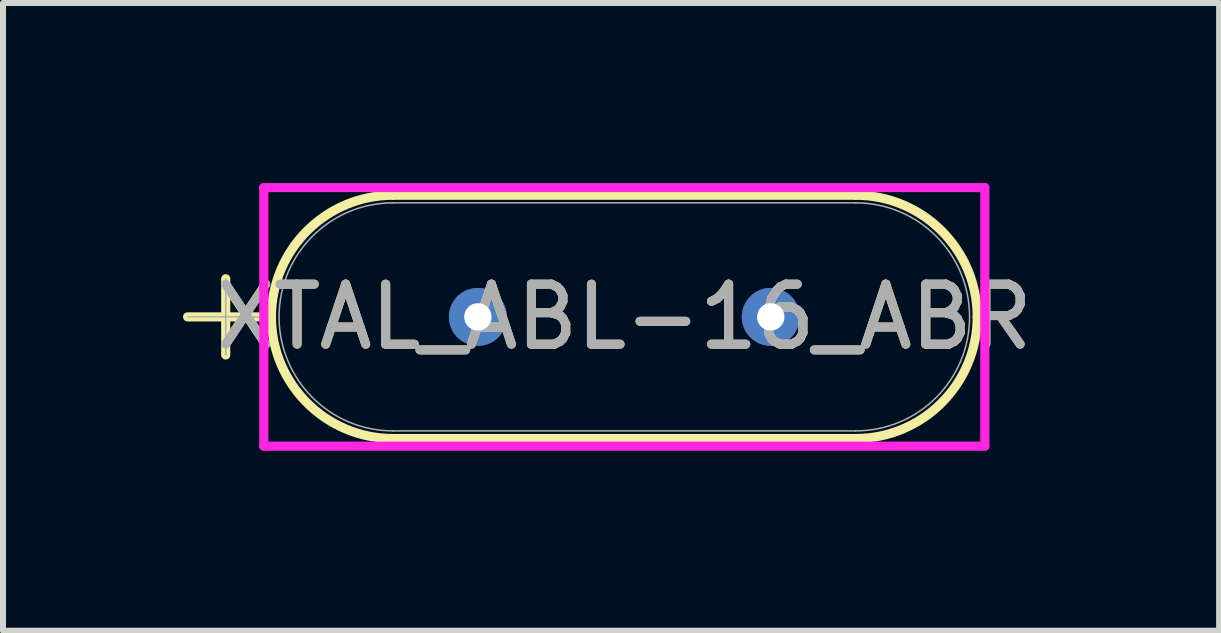
<source format=kicad_pcb>
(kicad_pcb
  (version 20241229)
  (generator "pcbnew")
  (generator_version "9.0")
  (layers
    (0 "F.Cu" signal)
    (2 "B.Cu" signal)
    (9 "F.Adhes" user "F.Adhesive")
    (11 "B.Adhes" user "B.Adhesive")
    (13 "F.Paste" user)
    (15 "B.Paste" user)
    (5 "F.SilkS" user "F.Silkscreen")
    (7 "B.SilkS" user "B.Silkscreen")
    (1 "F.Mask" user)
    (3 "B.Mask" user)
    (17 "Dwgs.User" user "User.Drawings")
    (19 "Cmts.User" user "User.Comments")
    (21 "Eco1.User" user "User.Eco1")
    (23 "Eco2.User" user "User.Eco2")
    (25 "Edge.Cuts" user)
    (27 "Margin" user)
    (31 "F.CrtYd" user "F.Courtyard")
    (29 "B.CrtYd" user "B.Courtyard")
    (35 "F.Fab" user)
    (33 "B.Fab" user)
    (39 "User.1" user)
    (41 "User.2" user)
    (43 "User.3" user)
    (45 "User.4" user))
  (footprint "XTAL_ABL-16_ABR"
    (layer "F.Cu")
    (at 4.913 2.23)
    (property "Reference" "XTAL_ABL-16_ABR" (at 2.44 0 0) (unlocked yes) (layer "F.SilkS") (effects (font (size 1 1) (thickness 0.15))))
    (attr through_hole)
    (fp_line (start -4.837 0) (end -3.567 0) (stroke (width 0.152) (type solid)) (layer "F.SilkS"))
    (fp_line (start -4.202 -0.635) (end -4.202 0.635) (stroke (width 0.152) (type solid)) (layer "F.SilkS"))
    (fp_line (start -1.413 -2.027) (end 6.293 -2.027) (stroke (width 0.152) (type solid)) (layer "F.SilkS"))
    (fp_line (start -1.413 2.027) (end 6.293 2.027) (stroke (width 0.152) (type solid)) (layer "F.SilkS"))
    (fp_arc (start -1.413101 2.027) (mid -3.440101 0) (end -1.413101 -2.027) (stroke (width 0.1524) (type solid)) (layer "F.SilkS"))
    (fp_arc (start 6.293102 -2.027) (mid 7.726407 -1.433305) (end 8.320101 0) (stroke (width 0.1524) (type solid)) (layer "F.SilkS"))
    (fp_arc (start 8.320101 0) (mid 7.726407 1.433305) (end 6.293102 2.027) (stroke (width 0.1524) (type solid)) (layer "F.SilkS"))
    (fp_line (start -3.567 -2.154) (end 8.447 -2.154) (stroke (width 0.152) (type solid)) (layer "F.CrtYd"))
    (fp_line (start -3.567 2.154) (end -3.567 -2.154) (stroke (width 0.152) (type solid)) (layer "F.CrtYd"))
    (fp_line (start 8.447 -2.154) (end 8.447 2.154) (stroke (width 0.152) (type solid)) (layer "F.CrtYd"))
    (fp_line (start 8.447 2.154) (end -3.567 2.154) (stroke (width 0.152) (type solid)) (layer "F.CrtYd"))
    (fp_line (start -4.837 0) (end -3.567 0) (stroke (width 0.025) (type solid)) (layer "F.Fab"))
    (fp_line (start -4.202 -0.635) (end -4.202 0.635) (stroke (width 0.025) (type solid)) (layer "F.Fab"))
    (fp_line (start -1.413 -1.9) (end 6.293 -1.9) (stroke (width 0.025) (type solid)) (layer "F.Fab"))
    (fp_line (start -1.413 1.9) (end 6.293 1.9) (stroke (width 0.025) (type solid)) (layer "F.Fab"))
    (fp_arc (start -1.413101 1.9) (mid -3.313101 0) (end -1.413101 -1.9) (stroke (width 0.0254) (type solid)) (layer "F.Fab"))
    (fp_arc (start 6.293102 -1.9) (mid 8.193101 0) (end 6.293102 1.9) (stroke (width 0.0254) (type solid)) (layer "F.Fab"))
    (fp_text user "${REFERENCE}" (at 2.44 0 0) (unlocked yes) (layer "F.Fab") (effects (font (size 1 1) (thickness 0.15))))
    (pad "1" thru_hole circle (at 0 0) (size 0.965 0.965) (drill 0.457) (layers "*.Cu" "*.Mask"))
    (pad "2" thru_hole circle (at 4.88 0) (size 0.965 0.965) (drill 0.457) (layers "*.Cu" "*.Mask")))
  (gr_rect
    (start -3 -3)
    (end 17.264 7.46)
    (stroke (width 0.1) (type default))
    (fill no)
    (layer "Edge.Cuts")))
</source>
